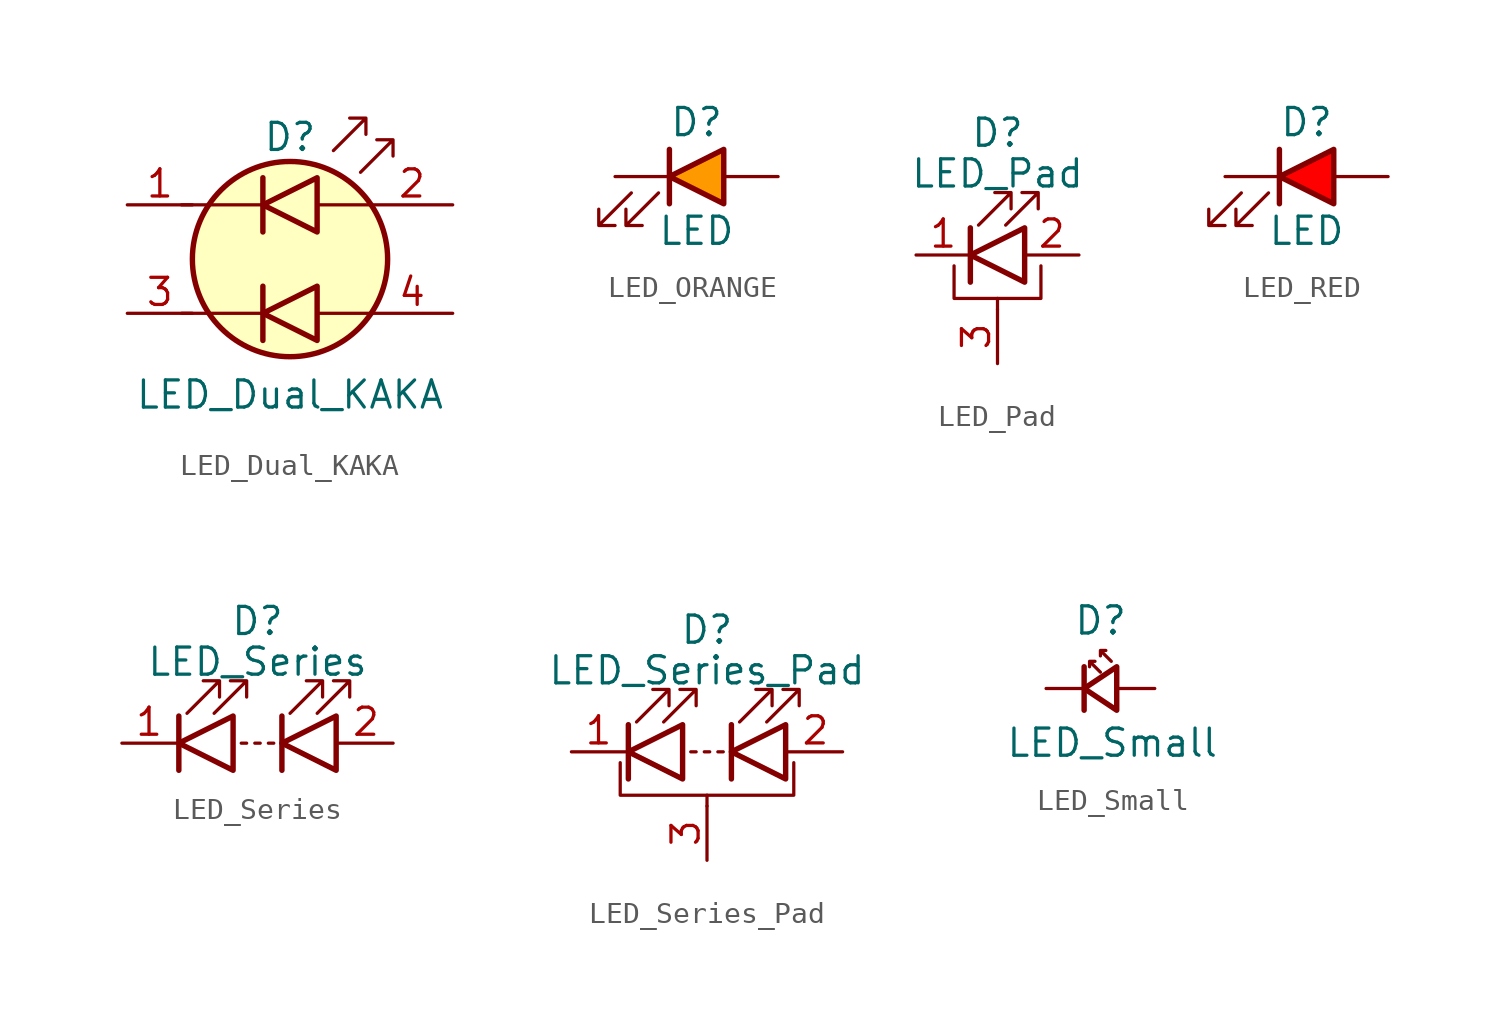
<source format=kicad_sym>
(kicad_symbol_lib
  (version 20241209)
  (generator "kicad_symbol_editor")
  (generator_version "9.0")
  (symbol "LED_Dual_KAKA"
    (pin_names
      (offset 0)
      (hide yes))
    (property "Reference" "D"
      (at 0 5.715 0)
      (effects (font (size 1.27 1.27))))
    (property "Value" "LED_Dual_KAKA"
      (at 0 -6.35 0)
      (effects (font (size 1.27 1.27))))
    (symbol "LED_Dual_KAKA_0_1"
      (polyline (pts (xy -5.08 2.54) (xy -1.27 2.54)) (stroke (width 0) (type default)) (fill (type none)))
      (polyline (pts (xy -5.08 -2.54) (xy -1.27 -2.54)) (stroke (width 0) (type default)) (fill (type none)))
      (polyline (pts (xy -1.27 3.81) (xy -1.27 1.27)) (stroke (width 0.254) (type default)) (fill (type none)))
      (polyline (pts (xy -1.27 -1.27) (xy -1.27 -3.81)) (stroke (width 0.254) (type default)) (fill (type none)))
      (circle (center 0 0) (radius 4.572) (stroke (width 0.254) (type default)) (fill (type background)))
      (polyline (pts (xy 1.27 3.81) (xy 1.27 1.27) (xy -1.27 2.54) (xy 1.27 3.81)) (stroke (width 0.254) (type default)) (fill (type none)))
      (polyline (pts (xy 1.27 -1.27) (xy 1.27 -3.81) (xy -1.27 -2.54) (xy 1.27 -1.27)) (stroke (width 0.254) (type default)) (fill (type none)))
      (polyline (pts (xy 2.032 5.08) (xy 3.556 6.604) (xy 2.794 6.604) (xy 3.556 6.604) (xy 3.556 5.842)) (stroke (width 0) (type default)) (fill (type none)))
      (polyline (pts (xy 3.302 4.064) (xy 4.826 5.588) (xy 4.064 5.588) (xy 4.826 5.588) (xy 4.826 4.826)) (stroke (width 0) (type default)) (fill (type none)))
      (polyline (pts (xy 3.81 2.54) (xy 1.27 2.54)) (stroke (width 0) (type default)) (fill (type none)))
      (polyline (pts (xy 3.81 -2.54) (xy 1.27 -2.54)) (stroke (width 0) (type default)) (fill (type none))))
    (symbol "LED_Dual_KAKA_1_1"
      (pin input line (at -7.62 2.54 0) (length 3.048) (name "K1" (effects (font (size 1.27 1.27)))) (number "1" (effects (font (size 1.27 1.27)))))
      (pin input line (at -7.62 -2.54 0) (length 3.048) (name "K2" (effects (font (size 1.27 1.27)))) (number "3" (effects (font (size 1.27 1.27)))))
      (pin input line (at 7.62 2.54 180) (length 3.81) (name "A1" (effects (font (size 1.27 1.27)))) (number "2" (effects (font (size 1.27 1.27)))))
      (pin input line (at 7.62 -2.54 180) (length 3.81) (name "A2" (effects (font (size 1.27 1.27)))) (number "4" (effects (font (size 1.27 1.27)))))))
  (symbol "LED_ORANGE"
    (pin_numbers
      (hide yes))
    (pin_names
      (offset 1.016)
      (hide yes))
    (property "Reference" "D"
      (at 0 2.54 0)
      (effects (font (size 1.27 1.27))))
    (property "Value" "LED"
      (at 0 -2.54 0)
      (effects (font (size 1.27 1.27))))
    (symbol "LED_ORANGE_0_1"
      (polyline (pts (xy -3.048 -0.762) (xy -4.572 -2.286) (xy -3.81 -2.286) (xy -4.572 -2.286) (xy -4.572 -1.524)) (stroke (width 0) (type default)) (fill (type none)))
      (polyline (pts (xy -1.778 -0.762) (xy -3.302 -2.286) (xy -2.54 -2.286) (xy -3.302 -2.286) (xy -3.302 -1.524)) (stroke (width 0) (type default)) (fill (type none)))
      (polyline (pts (xy -1.27 -1.27) (xy -1.27 1.27)) (stroke (width 0.254) (type default)) (fill (type none))))
    (symbol "LED_ORANGE_1_1"
      (polyline (pts (xy 1.27 -1.27) (xy 1.27 1.27) (xy -1.27 0) (xy 1.27 -1.27)) (stroke (width 0.254) (type solid)) (fill (type color) (color 255 153 0 1)))
      (pin passive line (at -3.81 0 0) (length 2.54) (name "K" (effects (font (size 1.27 1.27)))) (number "1" (effects (font (size 1.27 1.27)))))
      (pin passive line (at 3.81 0 180) (length 2.54) (name "A" (effects (font (size 1.27 1.27)))) (number "2" (effects (font (size 1.27 1.27)))))))
  (symbol "LED_Pad"
    (pin_names
      (offset 1.016)
      (hide yes))
    (property "Reference" "D"
      (at 0 5.715 0)
      (effects (font (size 1.27 1.27))))
    (property "Value" "LED_Pad"
      (at 0 3.81 0)
      (effects (font (size 1.27 1.27))))
    (symbol "LED_Pad_0_1"
      (polyline (pts (xy -2.032 -0.508) (xy -2.032 -2.032) (xy 2.032 -2.032) (xy 2.032 -0.508)) (stroke (width 0) (type default)) (fill (type none)))
      (polyline (pts (xy -1.27 -1.27) (xy -1.27 1.27)) (stroke (width 0.254) (type default)) (fill (type none)))
      (polyline (pts (xy -0.889 1.397) (xy 0.635 2.921) (xy -0.127 2.921) (xy 0.635 2.921) (xy 0.635 2.159)) (stroke (width 0) (type default)) (fill (type none)))
      (polyline (pts (xy 0 -2.54) (xy 0 -2.032)) (stroke (width 0) (type default)) (fill (type none)))
      (polyline (pts (xy 0.381 1.397) (xy 1.905 2.921) (xy 1.143 2.921) (xy 1.905 2.921) (xy 1.905 2.159)) (stroke (width 0) (type default)) (fill (type none)))
      (polyline (pts (xy 1.27 -1.27) (xy 1.27 1.27) (xy -1.27 0) (xy 1.27 -1.27)) (stroke (width 0.254) (type default)) (fill (type none))))
    (symbol "LED_Pad_1_1"
      (pin passive line (at -3.81 0 0) (length 2.54) (name "K" (effects (font (size 1.27 1.27)))) (number "1" (effects (font (size 1.27 1.27)))))
      (pin passive line (at 0 -5.08 90) (length 2.54) (name "PAD" (effects (font (size 1.27 1.27)))) (number "3" (effects (font (size 1.27 1.27)))))
      (pin passive line (at 3.81 0 180) (length 2.54) (name "A" (effects (font (size 1.27 1.27)))) (number "2" (effects (font (size 1.27 1.27)))))))
  (symbol "LED_RED"
    (pin_numbers
      (hide yes))
    (pin_names
      (offset 1.016)
      (hide yes))
    (property "Reference" "D"
      (at 0 2.54 0)
      (effects (font (size 1.27 1.27))))
    (property "Value" "LED"
      (at 0 -2.54 0)
      (effects (font (size 1.27 1.27))))
    (symbol "LED_RED_0_1"
      (polyline (pts (xy -3.048 -0.762) (xy -4.572 -2.286) (xy -3.81 -2.286) (xy -4.572 -2.286) (xy -4.572 -1.524)) (stroke (width 0) (type default)) (fill (type none)))
      (polyline (pts (xy -1.778 -0.762) (xy -3.302 -2.286) (xy -2.54 -2.286) (xy -3.302 -2.286) (xy -3.302 -1.524)) (stroke (width 0) (type default)) (fill (type none)))
      (polyline (pts (xy -1.27 -1.27) (xy -1.27 1.27)) (stroke (width 0.254) (type default)) (fill (type none))))
    (symbol "LED_RED_1_1"
      (polyline (pts (xy 1.27 -1.27) (xy 1.27 1.27) (xy -1.27 0) (xy 1.27 -1.27)) (stroke (width 0.254) (type solid)) (fill (type color) (color 255 0 0 1)))
      (pin passive line (at -3.81 0 0) (length 2.54) (name "K" (effects (font (size 1.27 1.27)))) (number "1" (effects (font (size 1.27 1.27)))))
      (pin passive line (at 3.81 0 180) (length 2.54) (name "A" (effects (font (size 1.27 1.27)))) (number "2" (effects (font (size 1.27 1.27)))))))
  (symbol "LED_Series"
    (pin_names
      (offset 1.016)
      (hide yes))
    (property "Reference" "D"
      (at 0 5.715 0)
      (effects (font (size 1.27 1.27))))
    (property "Value" "LED_Series"
      (at 0 3.81 0)
      (effects (font (size 1.27 1.27))))
    (symbol "LED_Series_0_1"
      (polyline (pts (xy -3.683 -1.27) (xy -3.683 1.27)) (stroke (width 0.254) (type default)) (fill (type none)))
      (polyline (pts (xy -3.302 1.397) (xy -1.778 2.921) (xy -2.54 2.921) (xy -1.778 2.921) (xy -1.778 2.159)) (stroke (width 0) (type default)) (fill (type none)))
      (polyline (pts (xy -2.032 1.397) (xy -0.508 2.921) (xy -1.27 2.921) (xy -0.508 2.921) (xy -0.508 2.159)) (stroke (width 0) (type default)) (fill (type none)))
      (polyline (pts (xy -1.143 -1.27) (xy -1.143 1.27) (xy -3.683 0) (xy -1.143 -1.27)) (stroke (width 0.254) (type default)) (fill (type none)))
      (polyline (pts (xy -0.508 0) (xy -0.762 0)) (stroke (width 0) (type default)) (fill (type none)))
      (polyline (pts (xy 0.127 0) (xy -0.127 0)) (stroke (width 0) (type default)) (fill (type none)))
      (polyline (pts (xy 0.508 0) (xy 0.762 0)) (stroke (width 0) (type default)) (fill (type none)))
      (polyline (pts (xy 1.143 -1.27) (xy 1.143 1.27)) (stroke (width 0.254) (type default)) (fill (type none)))
      (polyline (pts (xy 1.524 1.397) (xy 3.048 2.921) (xy 2.286 2.921) (xy 3.048 2.921) (xy 3.048 2.159)) (stroke (width 0) (type default)) (fill (type none)))
      (polyline (pts (xy 2.794 1.397) (xy 4.318 2.921) (xy 3.556 2.921) (xy 4.318 2.921) (xy 4.318 2.159)) (stroke (width 0) (type default)) (fill (type none)))
      (polyline (pts (xy 3.683 -1.27) (xy 3.683 1.27) (xy 1.143 0) (xy 3.683 -1.27)) (stroke (width 0.254) (type default)) (fill (type none))))
    (symbol "LED_Series_1_1"
      (pin passive line (at -6.35 0 0) (length 2.54) (name "K" (effects (font (size 1.27 1.27)))) (number "1" (effects (font (size 1.27 1.27)))))
      (pin passive line (at 6.35 0 180) (length 2.54) (name "A" (effects (font (size 1.27 1.27)))) (number "2" (effects (font (size 1.27 1.27)))))))
  (symbol "LED_Series_Pad"
    (pin_names
      (offset 1.016)
      (hide yes))
    (property "Reference" "D"
      (at 0 5.715 0)
      (effects (font (size 1.27 1.27))))
    (property "Value" "LED_Series_Pad"
      (at 0 3.81 0)
      (effects (font (size 1.27 1.27))))
    (symbol "LED_Series_Pad_0_1"
      (polyline (pts (xy -4.064 -0.508) (xy -4.064 -2.032) (xy 4.064 -2.032) (xy 4.064 -0.508)) (stroke (width 0) (type default)) (fill (type none)))
      (polyline (pts (xy -3.683 -1.27) (xy -3.683 1.27)) (stroke (width 0.254) (type default)) (fill (type none)))
      (polyline (pts (xy -3.302 1.397) (xy -1.778 2.921) (xy -2.54 2.921) (xy -1.778 2.921) (xy -1.778 2.159)) (stroke (width 0) (type default)) (fill (type none)))
      (polyline (pts (xy -2.032 1.397) (xy -0.508 2.921) (xy -1.27 2.921) (xy -0.508 2.921) (xy -0.508 2.159)) (stroke (width 0) (type default)) (fill (type none)))
      (polyline (pts (xy -1.143 -1.27) (xy -1.143 1.27) (xy -3.683 0) (xy -1.143 -1.27)) (stroke (width 0.254) (type default)) (fill (type none)))
      (polyline (pts (xy -0.508 0) (xy -0.762 0)) (stroke (width 0) (type default)) (fill (type none)))
      (polyline (pts (xy 0 -2.54) (xy 0 -2.032)) (stroke (width 0) (type default)) (fill (type none)))
      (polyline (pts (xy 0.127 0) (xy -0.127 0)) (stroke (width 0) (type default)) (fill (type none)))
      (polyline (pts (xy 0.508 0) (xy 0.762 0)) (stroke (width 0) (type default)) (fill (type none)))
      (polyline (pts (xy 1.143 -1.27) (xy 1.143 1.27)) (stroke (width 0.254) (type default)) (fill (type none)))
      (polyline (pts (xy 1.524 1.397) (xy 3.048 2.921) (xy 2.286 2.921) (xy 3.048 2.921) (xy 3.048 2.159)) (stroke (width 0) (type default)) (fill (type none)))
      (polyline (pts (xy 2.794 1.397) (xy 4.318 2.921) (xy 3.556 2.921) (xy 4.318 2.921) (xy 4.318 2.159)) (stroke (width 0) (type default)) (fill (type none)))
      (polyline (pts (xy 3.683 -1.27) (xy 3.683 1.27) (xy 1.143 0) (xy 3.683 -1.27)) (stroke (width 0.254) (type default)) (fill (type none))))
    (symbol "LED_Series_Pad_1_1"
      (pin passive line (at -6.35 0 0) (length 2.54) (name "K" (effects (font (size 1.27 1.27)))) (number "1" (effects (font (size 1.27 1.27)))))
      (pin passive line (at 0 -5.08 90) (length 2.54) (name "PAD" (effects (font (size 1.27 1.27)))) (number "3" (effects (font (size 1.27 1.27)))))
      (pin passive line (at 6.35 0 180) (length 2.54) (name "A" (effects (font (size 1.27 1.27)))) (number "2" (effects (font (size 1.27 1.27)))))))
  (symbol "LED_Small"
    (pin_numbers
      (hide yes))
    (pin_names
      (offset 0.254)
      (hide yes))
    (property "Reference" "D"
      (at -1.27 3.175 0)
      (effects (font (size 1.27 1.27)) (justify left)))
    (property "Value" "LED_Small"
      (at -4.445 -2.54 0)
      (effects (font (size 1.27 1.27)) (justify left)))
    (symbol "LED_Small_0_1"
      (polyline (pts (xy -0.762 -1.016) (xy -0.762 1.016)) (stroke (width 0.254) (type default)) (fill (type none)))
      (polyline (pts (xy 0 0.762) (xy -0.508 1.27) (xy -0.254 1.27) (xy -0.508 1.27) (xy -0.508 1.016)) (stroke (width 0) (type default)) (fill (type none)))
      (polyline (pts (xy 0.508 1.27) (xy 0 1.778) (xy 0.254 1.778) (xy 0 1.778) (xy 0 1.524)) (stroke (width 0) (type default)) (fill (type none)))
      (polyline (pts (xy 0.762 -1.016) (xy -0.762 0) (xy 0.762 1.016) (xy 0.762 -1.016)) (stroke (width 0.254) (type default)) (fill (type none))))
    (symbol "LED_Small_1_1"
      (pin passive line (at -2.54 0 0) (length 1.778) (name "K" (effects (font (size 1.27 1.27)))) (number "1" (effects (font (size 1.27 1.27)))))
      (pin passive line (at 2.54 0 180) (length 1.778) (name "A" (effects (font (size 1.27 1.27)))) (number "2" (effects (font (size 1.27 1.27))))))))
</source>
